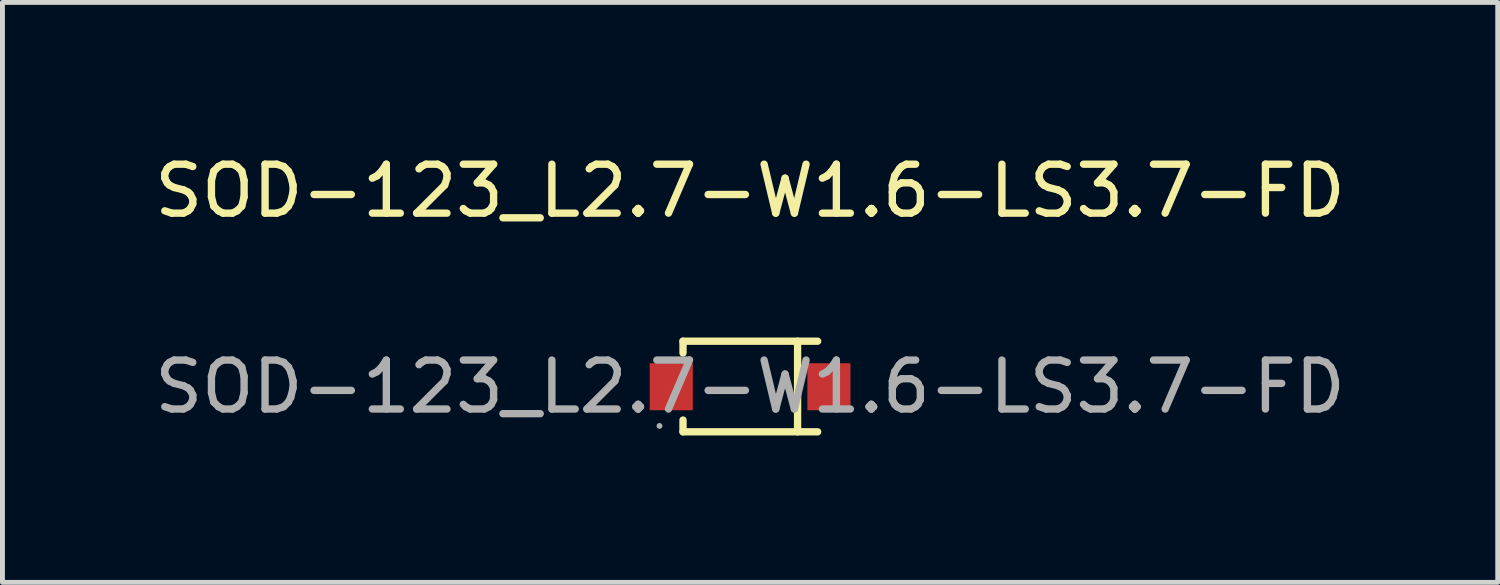
<source format=kicad_pcb>
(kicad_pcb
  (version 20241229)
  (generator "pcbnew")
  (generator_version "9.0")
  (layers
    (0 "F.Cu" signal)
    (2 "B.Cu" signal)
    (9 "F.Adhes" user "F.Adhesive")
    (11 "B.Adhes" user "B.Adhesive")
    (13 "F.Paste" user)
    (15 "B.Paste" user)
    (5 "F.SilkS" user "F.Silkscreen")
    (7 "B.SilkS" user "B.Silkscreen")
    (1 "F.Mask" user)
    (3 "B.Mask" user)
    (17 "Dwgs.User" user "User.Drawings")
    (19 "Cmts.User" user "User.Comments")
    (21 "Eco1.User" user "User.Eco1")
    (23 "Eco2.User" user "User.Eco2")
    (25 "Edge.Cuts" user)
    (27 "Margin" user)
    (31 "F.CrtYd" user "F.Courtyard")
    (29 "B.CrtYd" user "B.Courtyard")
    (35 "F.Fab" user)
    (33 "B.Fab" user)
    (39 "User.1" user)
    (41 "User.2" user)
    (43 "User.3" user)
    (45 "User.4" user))
  (footprint "SOD-123_L2.7-W1.6-LS3.7-FD"
    (layer "F.Cu")
    (at 12.268 4.848)
    (property "Reference" "SOD-123_L2.7-W1.6-LS3.7-FD" (at 0 -4 0) (layer "F.SilkS") (effects (font (size 1 1) (thickness 0.15))))
    (attr smd)
    (fp_line (start -1.37 -0.93) (end -1.37 -0.69) (stroke (width 0.15) (type solid)) (layer "F.SilkS"))
    (fp_line (start -1.37 0.92) (end -1.37 0.68) (stroke (width 0.15) (type solid)) (layer "F.SilkS"))
    (fp_line (start 0.97 0.92) (end 0.97 -0.93) (stroke (width 0.15) (type solid)) (layer "F.SilkS"))
    (fp_line (start 1.38 -0.93) (end -1.37 -0.93) (stroke (width 0.15) (type solid)) (layer "F.SilkS"))
    (fp_line (start 1.38 0.92) (end -1.37 0.92) (stroke (width 0.15) (type solid)) (layer "F.SilkS"))
    (fp_circle (center -1.85 0.8) (end -1.82 0.8) (stroke (width 0.06) (type solid)) (fill no) (layer "F.Fab"))
    (fp_text user "${REFERENCE}" (at 0 0 0) (layer "F.Fab") (effects (font (size 1 1) (thickness 0.15))))
    (pad "1" smd rect (at -1.61 0 180) (size 0.88 0.96) (layers "F.Cu" "F.Mask" "F.Paste"))
    (pad "2" smd rect (at 1.61 0 180) (size 0.88 0.96) (layers "F.Cu" "F.Mask" "F.Paste")))
  (gr_rect
    (start -3 -3)
    (end 27.536 8.843)
    (stroke (width 0.1) (type default))
    (fill no)
    (layer "Edge.Cuts")))
</source>
